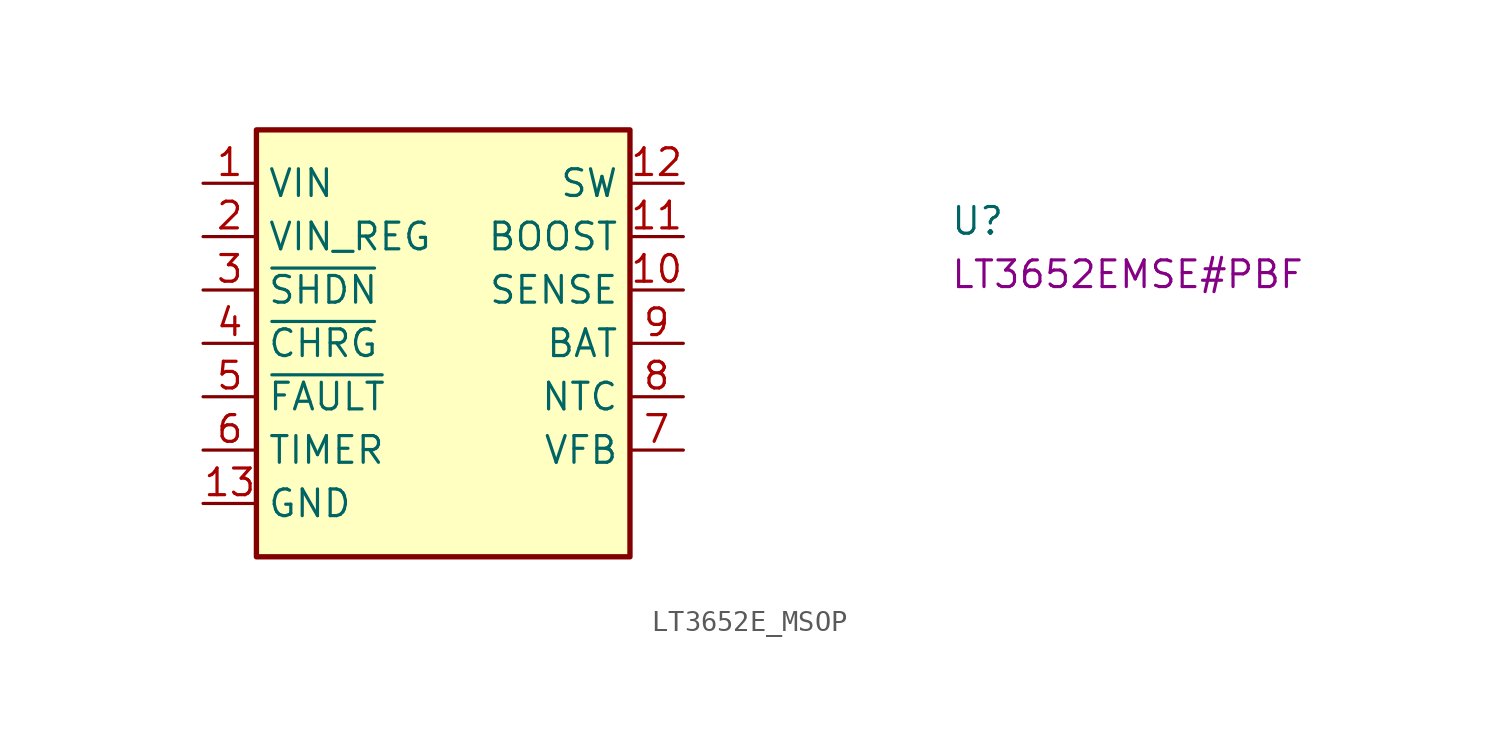
<source format=kicad_sym>
(kicad_symbol_lib
  (version 20220914)
  (generator kicad_symbol_editor)
  (symbol "LT3652E_MSOP"
    (property "Reference" "U"
      (at 35.56 -2.54 0)
      (effects (font (size 1.27 1.27) (thickness 0.15)) (justify left bottom)))
    (property "MPN" "LT3652EMSE#PBF"
      (at 35.56 -5.08 0)
      (effects (font (size 1.27 1.27) (thickness 0.15)) (justify left bottom)))
    (symbol "LT3652E_MSOP_1_1"
      (rectangle (start 2.54 2.54) (end 20.32 -17.78) (stroke (width 0.254) (type default)) (fill (type background)))
      (pin power_in line (at 0 0 0) (length 2.54) (name "VIN" (effects (font (size 1.27 1.27)))) (number "1" (effects (font (size 1.27 1.27)))))
      (pin input line (at 22.86 -5.08 180) (length 2.54) (name "SENSE" (effects (font (size 1.27 1.27)))) (number "10" (effects (font (size 1.27 1.27)))))
      (pin input line (at 22.86 -2.54 180) (length 2.54) (name "BOOST" (effects (font (size 1.27 1.27)))) (number "11" (effects (font (size 1.27 1.27)))))
      (pin output line (at 22.86 0 180) (length 2.54) (name "SW" (effects (font (size 1.27 1.27)))) (number "12" (effects (font (size 1.27 1.27)))))
      (pin power_in line (at 0 -15.24 0) (length 2.54) (name "GND" (effects (font (size 1.27 1.27)))) (number "13" (effects (font (size 1.27 1.27)))))
      (pin power_in line (at 0 -2.54 0) (length 2.54) (name "VIN_REG" (effects (font (size 1.27 1.27)))) (number "2" (effects (font (size 1.27 1.27)))))
      (pin input line (at 0 -5.08 0) (length 2.54) (name "~{SHDN}" (effects (font (size 1.27 1.27)))) (number "3" (effects (font (size 1.27 1.27)))))
      (pin output line (at 0 -7.62 0) (length 2.54) (name "~{CHRG}" (effects (font (size 1.27 1.27)))) (number "4" (effects (font (size 1.27 1.27)))))
      (pin output line (at 0 -10.16 0) (length 2.54) (name "~{FAULT}" (effects (font (size 1.27 1.27)))) (number "5" (effects (font (size 1.27 1.27)))))
      (pin input line (at 0 -12.7 0) (length 2.54) (name "TIMER" (effects (font (size 1.27 1.27)))) (number "6" (effects (font (size 1.27 1.27)))))
      (pin input line (at 22.86 -12.7 180) (length 2.54) (name "VFB" (effects (font (size 1.27 1.27)))) (number "7" (effects (font (size 1.27 1.27)))))
      (pin input line (at 22.86 -10.16 180) (length 2.54) (name "NTC" (effects (font (size 1.27 1.27)))) (number "8" (effects (font (size 1.27 1.27)))))
      (pin input line (at 22.86 -7.62 180) (length 2.54) (name "BAT" (effects (font (size 1.27 1.27)))) (number "9" (effects (font (size 1.27 1.27))))))))
</source>
